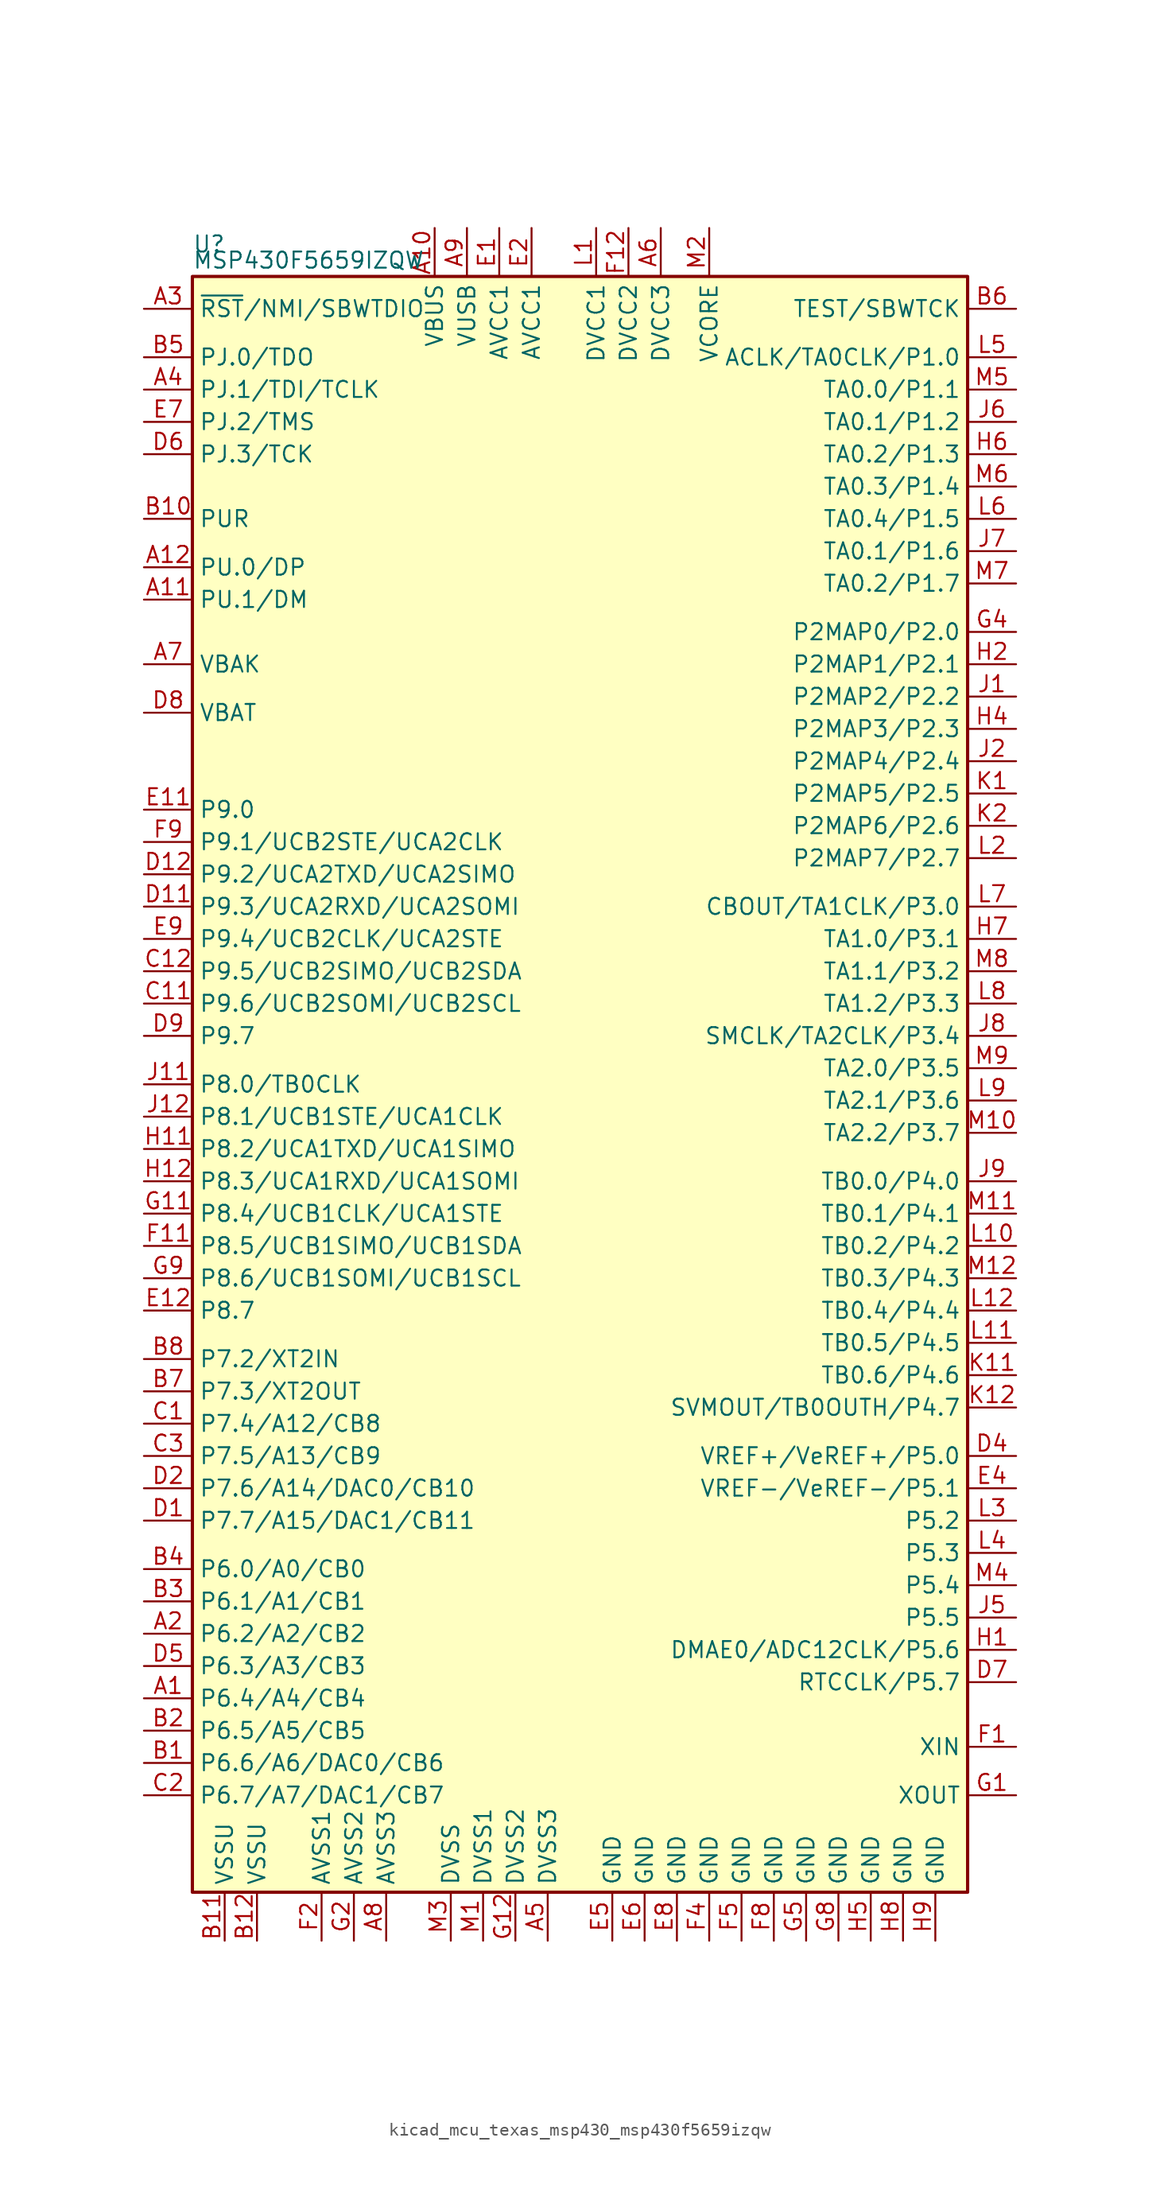
<source format=kicad_sym>
(kicad_symbol_lib
  (version 20220914)
  (generator kicad_symbol_editor)
  (symbol "kicad_mcu_texas_msp430_msp430f5659izqw"
    (property "Reference" "U"
      (at -30.48 66.04 0)
      (effects (font (size 1.27 1.27)) (justify left)))
    (property "Value" "MSP430F5659IZQW"
      (at -30.48 64.77 0)
      (effects (font (size 1.27 1.27)) (justify left)))
    (symbol "kicad_mcu_texas_msp430_msp430f5659izqw_0_1"
      (rectangle (start -30.48 63.5) (end 30.48 -63.5) (stroke (width 0.254) (type default)) (fill (type background))))
    (symbol "kicad_mcu_texas_msp430_msp430f5659izqw_1_1"
      (pin bidirectional line (at -34.29 -48.26 0) (length 3.81) (name "P6.4/A4/CB4" (effects (font (size 1.27 1.27)))) (number "A1" (effects (font (size 1.27 1.27)))))
      (pin passive line (at -11.43 67.31 270) (length 3.81) (name "VBUS" (effects (font (size 1.27 1.27)))) (number "A10" (effects (font (size 1.27 1.27)))))
      (pin bidirectional line (at -34.29 38.1 0) (length 3.81) (name "PU.1/DM" (effects (font (size 1.27 1.27)))) (number "A11" (effects (font (size 1.27 1.27)))))
      (pin bidirectional line (at -34.29 40.64 0) (length 3.81) (name "PU.0/DP" (effects (font (size 1.27 1.27)))) (number "A12" (effects (font (size 1.27 1.27)))))
      (pin bidirectional line (at -34.29 -43.18 0) (length 3.81) (name "P6.2/A2/CB2" (effects (font (size 1.27 1.27)))) (number "A2" (effects (font (size 1.27 1.27)))))
      (pin input line (at -34.29 60.96 0) (length 3.81) (name "~{RST}/NMI/SBWTDIO" (effects (font (size 1.27 1.27)))) (number "A3" (effects (font (size 1.27 1.27)))))
      (pin bidirectional line (at -34.29 54.61 0) (length 3.81) (name "PJ.1/TDI/TCLK" (effects (font (size 1.27 1.27)))) (number "A4" (effects (font (size 1.27 1.27)))))
      (pin power_in line (at -2.54 -67.31 90) (length 3.81) (name "DVSS3" (effects (font (size 1.27 1.27)))) (number "A5" (effects (font (size 1.27 1.27)))))
      (pin power_in line (at 6.35 67.31 270) (length 3.81) (name "DVCC3" (effects (font (size 1.27 1.27)))) (number "A6" (effects (font (size 1.27 1.27)))))
      (pin passive line (at -34.29 33.02 0) (length 3.81) (name "VBAK" (effects (font (size 1.27 1.27)))) (number "A7" (effects (font (size 1.27 1.27)))))
      (pin power_in line (at -15.24 -67.31 90) (length 3.81) (name "AVSS3" (effects (font (size 1.27 1.27)))) (number "A8" (effects (font (size 1.27 1.27)))))
      (pin passive line (at -8.89 67.31 270) (length 3.81) (name "VUSB" (effects (font (size 1.27 1.27)))) (number "A9" (effects (font (size 1.27 1.27)))))
      (pin bidirectional line (at -34.29 -53.34 0) (length 3.81) (name "P6.6/A6/DAC0/CB6" (effects (font (size 1.27 1.27)))) (number "B1" (effects (font (size 1.27 1.27)))))
      (pin bidirectional line (at -34.29 44.45 0) (length 3.81) (name "PUR" (effects (font (size 1.27 1.27)))) (number "B10" (effects (font (size 1.27 1.27)))))
      (pin power_in line (at -27.94 -67.31 90) (length 3.81) (name "VSSU" (effects (font (size 1.27 1.27)))) (number "B11" (effects (font (size 1.27 1.27)))))
      (pin power_in line (at -25.4 -67.31 90) (length 3.81) (name "VSSU" (effects (font (size 1.27 1.27)))) (number "B12" (effects (font (size 1.27 1.27)))))
      (pin bidirectional line (at -34.29 -50.8 0) (length 3.81) (name "P6.5/A5/CB5" (effects (font (size 1.27 1.27)))) (number "B2" (effects (font (size 1.27 1.27)))))
      (pin bidirectional line (at -34.29 -40.64 0) (length 3.81) (name "P6.1/A1/CB1" (effects (font (size 1.27 1.27)))) (number "B3" (effects (font (size 1.27 1.27)))))
      (pin bidirectional line (at -34.29 -38.1 0) (length 3.81) (name "P6.0/A0/CB0" (effects (font (size 1.27 1.27)))) (number "B4" (effects (font (size 1.27 1.27)))))
      (pin bidirectional line (at -34.29 57.15 0) (length 3.81) (name "PJ.0/TDO" (effects (font (size 1.27 1.27)))) (number "B5" (effects (font (size 1.27 1.27)))))
      (pin input line (at 34.29 60.96 180) (length 3.81) (name "TEST/SBWTCK" (effects (font (size 1.27 1.27)))) (number "B6" (effects (font (size 1.27 1.27)))))
      (pin bidirectional line (at -34.29 -24.13 0) (length 3.81) (name "P7.3/XT2OUT" (effects (font (size 1.27 1.27)))) (number "B7" (effects (font (size 1.27 1.27)))))
      (pin bidirectional line (at -34.29 -21.59 0) (length 3.81) (name "P7.2/XT2IN" (effects (font (size 1.27 1.27)))) (number "B8" (effects (font (size 1.27 1.27)))))
      (pin bidirectional line (at -34.29 -26.67 0) (length 3.81) (name "P7.4/A12/CB8" (effects (font (size 1.27 1.27)))) (number "C1" (effects (font (size 1.27 1.27)))))
      (pin bidirectional line (at -34.29 6.35 0) (length 3.81) (name "P9.6/UCB2SOMI/UCB2SCL" (effects (font (size 1.27 1.27)))) (number "C11" (effects (font (size 1.27 1.27)))))
      (pin bidirectional line (at -34.29 8.89 0) (length 3.81) (name "P9.5/UCB2SIMO/UCB2SDA" (effects (font (size 1.27 1.27)))) (number "C12" (effects (font (size 1.27 1.27)))))
      (pin bidirectional line (at -34.29 -55.88 0) (length 3.81) (name "P6.7/A7/DAC1/CB7" (effects (font (size 1.27 1.27)))) (number "C2" (effects (font (size 1.27 1.27)))))
      (pin bidirectional line (at -34.29 -29.21 0) (length 3.81) (name "P7.5/A13/CB9" (effects (font (size 1.27 1.27)))) (number "C3" (effects (font (size 1.27 1.27)))))
      (pin bidirectional line (at -34.29 -34.29 0) (length 3.81) (name "P7.7/A15/DAC1/CB11" (effects (font (size 1.27 1.27)))) (number "D1" (effects (font (size 1.27 1.27)))))
      (pin bidirectional line (at -34.29 13.97 0) (length 3.81) (name "P9.3/UCA2RXD/UCA2SOMI" (effects (font (size 1.27 1.27)))) (number "D11" (effects (font (size 1.27 1.27)))))
      (pin bidirectional line (at -34.29 16.51 0) (length 3.81) (name "P9.2/UCA2TXD/UCA2SIMO" (effects (font (size 1.27 1.27)))) (number "D12" (effects (font (size 1.27 1.27)))))
      (pin bidirectional line (at -34.29 -31.75 0) (length 3.81) (name "P7.6/A14/DAC0/CB10" (effects (font (size 1.27 1.27)))) (number "D2" (effects (font (size 1.27 1.27)))))
      (pin bidirectional line (at 34.29 -29.21 180) (length 3.81) (name "VREF+/VeREF+/P5.0" (effects (font (size 1.27 1.27)))) (number "D4" (effects (font (size 1.27 1.27)))))
      (pin bidirectional line (at -34.29 -45.72 0) (length 3.81) (name "P6.3/A3/CB3" (effects (font (size 1.27 1.27)))) (number "D5" (effects (font (size 1.27 1.27)))))
      (pin bidirectional line (at -34.29 49.53 0) (length 3.81) (name "PJ.3/TCK" (effects (font (size 1.27 1.27)))) (number "D6" (effects (font (size 1.27 1.27)))))
      (pin bidirectional line (at 34.29 -46.99 180) (length 3.81) (name "RTCCLK/P5.7" (effects (font (size 1.27 1.27)))) (number "D7" (effects (font (size 1.27 1.27)))))
      (pin passive line (at -34.29 29.21 0) (length 3.81) (name "VBAT" (effects (font (size 1.27 1.27)))) (number "D8" (effects (font (size 1.27 1.27)))))
      (pin bidirectional line (at -34.29 3.81 0) (length 3.81) (name "P9.7" (effects (font (size 1.27 1.27)))) (number "D9" (effects (font (size 1.27 1.27)))))
      (pin power_in line (at -6.35 67.31 270) (length 3.81) (name "AVCC1" (effects (font (size 1.27 1.27)))) (number "E1" (effects (font (size 1.27 1.27)))))
      (pin bidirectional line (at -34.29 21.59 0) (length 3.81) (name "P9.0" (effects (font (size 1.27 1.27)))) (number "E11" (effects (font (size 1.27 1.27)))))
      (pin bidirectional line (at -34.29 -17.78 0) (length 3.81) (name "P8.7" (effects (font (size 1.27 1.27)))) (number "E12" (effects (font (size 1.27 1.27)))))
      (pin power_in line (at -3.81 67.31 270) (length 3.81) (name "AVCC1" (effects (font (size 1.27 1.27)))) (number "E2" (effects (font (size 1.27 1.27)))))
      (pin bidirectional line (at 34.29 -31.75 180) (length 3.81) (name "VREF-/VeREF-/P5.1" (effects (font (size 1.27 1.27)))) (number "E4" (effects (font (size 1.27 1.27)))))
      (pin power_in line (at 2.54 -67.31 90) (length 3.81) (name "GND" (effects (font (size 1.27 1.27)))) (number "E5" (effects (font (size 1.27 1.27)))))
      (pin power_in line (at 5.08 -67.31 90) (length 3.81) (name "GND" (effects (font (size 1.27 1.27)))) (number "E6" (effects (font (size 1.27 1.27)))))
      (pin bidirectional line (at -34.29 52.07 0) (length 3.81) (name "PJ.2/TMS" (effects (font (size 1.27 1.27)))) (number "E7" (effects (font (size 1.27 1.27)))))
      (pin power_in line (at 7.62 -67.31 90) (length 3.81) (name "GND" (effects (font (size 1.27 1.27)))) (number "E8" (effects (font (size 1.27 1.27)))))
      (pin bidirectional line (at -34.29 11.43 0) (length 3.81) (name "P9.4/UCB2CLK/UCA2STE" (effects (font (size 1.27 1.27)))) (number "E9" (effects (font (size 1.27 1.27)))))
      (pin input line (at 34.29 -52.07 180) (length 3.81) (name "XIN" (effects (font (size 1.27 1.27)))) (number "F1" (effects (font (size 1.27 1.27)))))
      (pin bidirectional line (at -34.29 -12.7 0) (length 3.81) (name "P8.5/UCB1SIMO/UCB1SDA" (effects (font (size 1.27 1.27)))) (number "F11" (effects (font (size 1.27 1.27)))))
      (pin power_in line (at 3.81 67.31 270) (length 3.81) (name "DVCC2" (effects (font (size 1.27 1.27)))) (number "F12" (effects (font (size 1.27 1.27)))))
      (pin power_in line (at -20.32 -67.31 90) (length 3.81) (name "AVSS1" (effects (font (size 1.27 1.27)))) (number "F2" (effects (font (size 1.27 1.27)))))
      (pin power_in line (at 10.16 -67.31 90) (length 3.81) (name "GND" (effects (font (size 1.27 1.27)))) (number "F4" (effects (font (size 1.27 1.27)))))
      (pin power_in line (at 12.7 -67.31 90) (length 3.81) (name "GND" (effects (font (size 1.27 1.27)))) (number "F5" (effects (font (size 1.27 1.27)))))
      (pin power_in line (at 15.24 -67.31 90) (length 3.81) (name "GND" (effects (font (size 1.27 1.27)))) (number "F8" (effects (font (size 1.27 1.27)))))
      (pin bidirectional line (at -34.29 19.05 0) (length 3.81) (name "P9.1/UCB2STE/UCA2CLK" (effects (font (size 1.27 1.27)))) (number "F9" (effects (font (size 1.27 1.27)))))
      (pin output line (at 34.29 -55.88 180) (length 3.81) (name "XOUT" (effects (font (size 1.27 1.27)))) (number "G1" (effects (font (size 1.27 1.27)))))
      (pin bidirectional line (at -34.29 -10.16 0) (length 3.81) (name "P8.4/UCB1CLK/UCA1STE" (effects (font (size 1.27 1.27)))) (number "G11" (effects (font (size 1.27 1.27)))))
      (pin power_in line (at -5.08 -67.31 90) (length 3.81) (name "DVSS2" (effects (font (size 1.27 1.27)))) (number "G12" (effects (font (size 1.27 1.27)))))
      (pin power_in line (at -17.78 -67.31 90) (length 3.81) (name "AVSS2" (effects (font (size 1.27 1.27)))) (number "G2" (effects (font (size 1.27 1.27)))))
      (pin bidirectional line (at 34.29 35.56 180) (length 3.81) (name "P2MAP0/P2.0" (effects (font (size 1.27 1.27)))) (number "G4" (effects (font (size 1.27 1.27)))))
      (pin power_in line (at 17.78 -67.31 90) (length 3.81) (name "GND" (effects (font (size 1.27 1.27)))) (number "G5" (effects (font (size 1.27 1.27)))))
      (pin power_in line (at 20.32 -67.31 90) (length 3.81) (name "GND" (effects (font (size 1.27 1.27)))) (number "G8" (effects (font (size 1.27 1.27)))))
      (pin bidirectional line (at -34.29 -15.24 0) (length 3.81) (name "P8.6/UCB1SOMI/UCB1SCL" (effects (font (size 1.27 1.27)))) (number "G9" (effects (font (size 1.27 1.27)))))
      (pin bidirectional line (at 34.29 -44.45 180) (length 3.81) (name "DMAE0/ADC12CLK/P5.6" (effects (font (size 1.27 1.27)))) (number "H1" (effects (font (size 1.27 1.27)))))
      (pin bidirectional line (at -34.29 -5.08 0) (length 3.81) (name "P8.2/UCA1TXD/UCA1SIMO" (effects (font (size 1.27 1.27)))) (number "H11" (effects (font (size 1.27 1.27)))))
      (pin bidirectional line (at -34.29 -7.62 0) (length 3.81) (name "P8.3/UCA1RXD/UCA1SOMI" (effects (font (size 1.27 1.27)))) (number "H12" (effects (font (size 1.27 1.27)))))
      (pin bidirectional line (at 34.29 33.02 180) (length 3.81) (name "P2MAP1/P2.1" (effects (font (size 1.27 1.27)))) (number "H2" (effects (font (size 1.27 1.27)))))
      (pin bidirectional line (at 34.29 27.94 180) (length 3.81) (name "P2MAP3/P2.3" (effects (font (size 1.27 1.27)))) (number "H4" (effects (font (size 1.27 1.27)))))
      (pin power_in line (at 22.86 -67.31 90) (length 3.81) (name "GND" (effects (font (size 1.27 1.27)))) (number "H5" (effects (font (size 1.27 1.27)))))
      (pin bidirectional line (at 34.29 49.53 180) (length 3.81) (name "TA0.2/P1.3" (effects (font (size 1.27 1.27)))) (number "H6" (effects (font (size 1.27 1.27)))))
      (pin bidirectional line (at 34.29 11.43 180) (length 3.81) (name "TA1.0/P3.1" (effects (font (size 1.27 1.27)))) (number "H7" (effects (font (size 1.27 1.27)))))
      (pin power_in line (at 25.4 -67.31 90) (length 3.81) (name "GND" (effects (font (size 1.27 1.27)))) (number "H8" (effects (font (size 1.27 1.27)))))
      (pin power_in line (at 27.94 -67.31 90) (length 3.81) (name "GND" (effects (font (size 1.27 1.27)))) (number "H9" (effects (font (size 1.27 1.27)))))
      (pin bidirectional line (at 34.29 30.48 180) (length 3.81) (name "P2MAP2/P2.2" (effects (font (size 1.27 1.27)))) (number "J1" (effects (font (size 1.27 1.27)))))
      (pin bidirectional line (at -34.29 0 0) (length 3.81) (name "P8.0/TB0CLK" (effects (font (size 1.27 1.27)))) (number "J11" (effects (font (size 1.27 1.27)))))
      (pin bidirectional line (at -34.29 -2.54 0) (length 3.81) (name "P8.1/UCB1STE/UCA1CLK" (effects (font (size 1.27 1.27)))) (number "J12" (effects (font (size 1.27 1.27)))))
      (pin bidirectional line (at 34.29 25.4 180) (length 3.81) (name "P2MAP4/P2.4" (effects (font (size 1.27 1.27)))) (number "J2" (effects (font (size 1.27 1.27)))))
      (pin bidirectional line (at 34.29 -41.91 180) (length 3.81) (name "P5.5" (effects (font (size 1.27 1.27)))) (number "J5" (effects (font (size 1.27 1.27)))))
      (pin bidirectional line (at 34.29 52.07 180) (length 3.81) (name "TA0.1/P1.2" (effects (font (size 1.27 1.27)))) (number "J6" (effects (font (size 1.27 1.27)))))
      (pin bidirectional line (at 34.29 41.91 180) (length 3.81) (name "TA0.1/P1.6" (effects (font (size 1.27 1.27)))) (number "J7" (effects (font (size 1.27 1.27)))))
      (pin bidirectional line (at 34.29 3.81 180) (length 3.81) (name "SMCLK/TA2CLK/P3.4" (effects (font (size 1.27 1.27)))) (number "J8" (effects (font (size 1.27 1.27)))))
      (pin bidirectional line (at 34.29 -7.62 180) (length 3.81) (name "TB0.0/P4.0" (effects (font (size 1.27 1.27)))) (number "J9" (effects (font (size 1.27 1.27)))))
      (pin bidirectional line (at 34.29 22.86 180) (length 3.81) (name "P2MAP5/P2.5" (effects (font (size 1.27 1.27)))) (number "K1" (effects (font (size 1.27 1.27)))))
      (pin bidirectional line (at 34.29 -22.86 180) (length 3.81) (name "TB0.6/P4.6" (effects (font (size 1.27 1.27)))) (number "K11" (effects (font (size 1.27 1.27)))))
      (pin bidirectional line (at 34.29 -25.4 180) (length 3.81) (name "SVMOUT/TB0OUTH/P4.7" (effects (font (size 1.27 1.27)))) (number "K12" (effects (font (size 1.27 1.27)))))
      (pin bidirectional line (at 34.29 20.32 180) (length 3.81) (name "P2MAP6/P2.6" (effects (font (size 1.27 1.27)))) (number "K2" (effects (font (size 1.27 1.27)))))
      (pin power_in line (at 1.27 67.31 270) (length 3.81) (name "DVCC1" (effects (font (size 1.27 1.27)))) (number "L1" (effects (font (size 1.27 1.27)))))
      (pin bidirectional line (at 34.29 -12.7 180) (length 3.81) (name "TB0.2/P4.2" (effects (font (size 1.27 1.27)))) (number "L10" (effects (font (size 1.27 1.27)))))
      (pin bidirectional line (at 34.29 -20.32 180) (length 3.81) (name "TB0.5/P4.5" (effects (font (size 1.27 1.27)))) (number "L11" (effects (font (size 1.27 1.27)))))
      (pin bidirectional line (at 34.29 -17.78 180) (length 3.81) (name "TB0.4/P4.4" (effects (font (size 1.27 1.27)))) (number "L12" (effects (font (size 1.27 1.27)))))
      (pin bidirectional line (at 34.29 17.78 180) (length 3.81) (name "P2MAP7/P2.7" (effects (font (size 1.27 1.27)))) (number "L2" (effects (font (size 1.27 1.27)))))
      (pin bidirectional line (at 34.29 -34.29 180) (length 3.81) (name "P5.2" (effects (font (size 1.27 1.27)))) (number "L3" (effects (font (size 1.27 1.27)))))
      (pin bidirectional line (at 34.29 -36.83 180) (length 3.81) (name "P5.3" (effects (font (size 1.27 1.27)))) (number "L4" (effects (font (size 1.27 1.27)))))
      (pin bidirectional line (at 34.29 57.15 180) (length 3.81) (name "ACLK/TA0CLK/P1.0" (effects (font (size 1.27 1.27)))) (number "L5" (effects (font (size 1.27 1.27)))))
      (pin bidirectional line (at 34.29 44.45 180) (length 3.81) (name "TA0.4/P1.5" (effects (font (size 1.27 1.27)))) (number "L6" (effects (font (size 1.27 1.27)))))
      (pin bidirectional line (at 34.29 13.97 180) (length 3.81) (name "CBOUT/TA1CLK/P3.0" (effects (font (size 1.27 1.27)))) (number "L7" (effects (font (size 1.27 1.27)))))
      (pin bidirectional line (at 34.29 6.35 180) (length 3.81) (name "TA1.2/P3.3" (effects (font (size 1.27 1.27)))) (number "L8" (effects (font (size 1.27 1.27)))))
      (pin bidirectional line (at 34.29 -1.27 180) (length 3.81) (name "TA2.1/P3.6" (effects (font (size 1.27 1.27)))) (number "L9" (effects (font (size 1.27 1.27)))))
      (pin power_in line (at -7.62 -67.31 90) (length 3.81) (name "DVSS1" (effects (font (size 1.27 1.27)))) (number "M1" (effects (font (size 1.27 1.27)))))
      (pin bidirectional line (at 34.29 -3.81 180) (length 3.81) (name "TA2.2/P3.7" (effects (font (size 1.27 1.27)))) (number "M10" (effects (font (size 1.27 1.27)))))
      (pin bidirectional line (at 34.29 -10.16 180) (length 3.81) (name "TB0.1/P4.1" (effects (font (size 1.27 1.27)))) (number "M11" (effects (font (size 1.27 1.27)))))
      (pin bidirectional line (at 34.29 -15.24 180) (length 3.81) (name "TB0.3/P4.3" (effects (font (size 1.27 1.27)))) (number "M12" (effects (font (size 1.27 1.27)))))
      (pin power_in line (at 10.16 67.31 270) (length 3.81) (name "VCORE" (effects (font (size 1.27 1.27)))) (number "M2" (effects (font (size 1.27 1.27)))))
      (pin power_in line (at -10.16 -67.31 90) (length 3.81) (name "DVSS" (effects (font (size 1.27 1.27)))) (number "M3" (effects (font (size 1.27 1.27)))))
      (pin bidirectional line (at 34.29 -39.37 180) (length 3.81) (name "P5.4" (effects (font (size 1.27 1.27)))) (number "M4" (effects (font (size 1.27 1.27)))))
      (pin bidirectional line (at 34.29 54.61 180) (length 3.81) (name "TA0.0/P1.1" (effects (font (size 1.27 1.27)))) (number "M5" (effects (font (size 1.27 1.27)))))
      (pin bidirectional line (at 34.29 46.99 180) (length 3.81) (name "TA0.3/P1.4" (effects (font (size 1.27 1.27)))) (number "M6" (effects (font (size 1.27 1.27)))))
      (pin bidirectional line (at 34.29 39.37 180) (length 3.81) (name "TA0.2/P1.7" (effects (font (size 1.27 1.27)))) (number "M7" (effects (font (size 1.27 1.27)))))
      (pin bidirectional line (at 34.29 8.89 180) (length 3.81) (name "TA1.1/P3.2" (effects (font (size 1.27 1.27)))) (number "M8" (effects (font (size 1.27 1.27)))))
      (pin bidirectional line (at 34.29 1.27 180) (length 3.81) (name "TA2.0/P3.5" (effects (font (size 1.27 1.27)))) (number "M9" (effects (font (size 1.27 1.27))))))))
</source>
